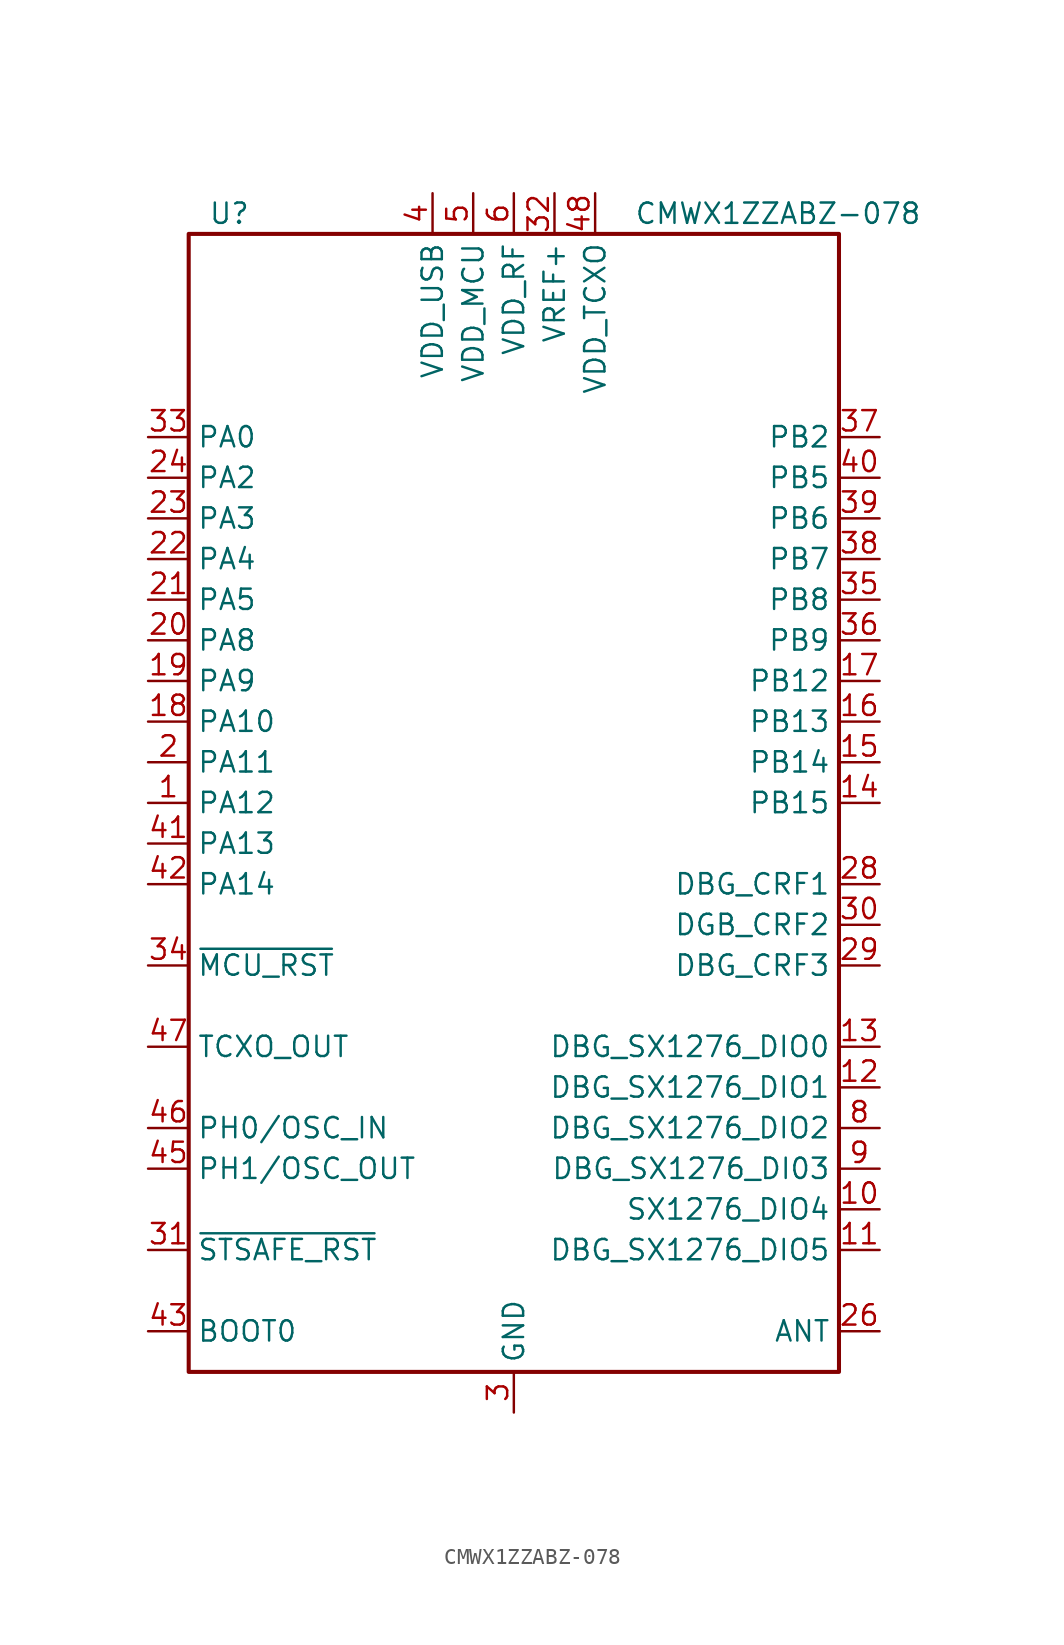
<source format=kicad_sym>
(kicad_symbol_lib
  (version 20211014)
  (generator kicad_symbol_editor)
  (symbol "CMWX1ZZABZ-078"
    (property "Reference" "U"
      (at -17.78 36.83 0)
      (effects (font (size 1.27 1.27))))
    (property "Value" "CMWX1ZZABZ-078"
      (at 16.51 36.83 0)
      (effects (font (size 1.27 1.27))))
    (symbol "CMWX1ZZABZ-078_0_1"
      (rectangle (start -20.32 35.56) (end 20.32 -35.56) (stroke (width 0.254) (type default) (color 0 0 0 0)) (fill (type none))))
    (symbol "CMWX1ZZABZ-078_1_1"
      (pin bidirectional line (at -22.86 0 0) (length 2.54) (name "PA12" (effects (font (size 1.27 1.27)))) (number "1" (effects (font (size 1.27 1.27)))))
      (pin bidirectional line (at 22.86 -25.4 180) (length 2.54) (name "SX1276_DIO4" (effects (font (size 1.27 1.27)))) (number "10" (effects (font (size 1.27 1.27)))))
      (pin bidirectional line (at 22.86 -27.94 180) (length 2.54) (name "DBG_SX1276_DIO5" (effects (font (size 1.27 1.27)))) (number "11" (effects (font (size 1.27 1.27)))))
      (pin bidirectional line (at 22.86 -17.78 180) (length 2.54) (name "DBG_SX1276_DIO1" (effects (font (size 1.27 1.27)))) (number "12" (effects (font (size 1.27 1.27)))))
      (pin bidirectional line (at 22.86 -15.24 180) (length 2.54) (name "DBG_SX1276_DIO0" (effects (font (size 1.27 1.27)))) (number "13" (effects (font (size 1.27 1.27)))))
      (pin bidirectional line (at 22.86 0 180) (length 2.54) (name "PB15" (effects (font (size 1.27 1.27)))) (number "14" (effects (font (size 1.27 1.27)))))
      (pin bidirectional line (at 22.86 2.54 180) (length 2.54) (name "PB14" (effects (font (size 1.27 1.27)))) (number "15" (effects (font (size 1.27 1.27)))))
      (pin bidirectional line (at 22.86 5.08 180) (length 2.54) (name "PB13" (effects (font (size 1.27 1.27)))) (number "16" (effects (font (size 1.27 1.27)))))
      (pin bidirectional line (at 22.86 7.62 180) (length 2.54) (name "PB12" (effects (font (size 1.27 1.27)))) (number "17" (effects (font (size 1.27 1.27)))))
      (pin bidirectional line (at -22.86 5.08 0) (length 2.54) (name "PA10" (effects (font (size 1.27 1.27)))) (number "18" (effects (font (size 1.27 1.27)))))
      (pin bidirectional line (at -22.86 7.62 0) (length 2.54) (name "PA9" (effects (font (size 1.27 1.27)))) (number "19" (effects (font (size 1.27 1.27)))))
      (pin bidirectional line (at -22.86 2.54 0) (length 2.54) (name "PA11" (effects (font (size 1.27 1.27)))) (number "2" (effects (font (size 1.27 1.27)))))
      (pin bidirectional line (at -22.86 10.16 0) (length 2.54) (name "PA8" (effects (font (size 1.27 1.27)))) (number "20" (effects (font (size 1.27 1.27)))))
      (pin bidirectional line (at -22.86 12.7 0) (length 2.54) (name "PA5" (effects (font (size 1.27 1.27)))) (number "21" (effects (font (size 1.27 1.27)))))
      (pin bidirectional line (at -22.86 15.24 0) (length 2.54) (name "PA4" (effects (font (size 1.27 1.27)))) (number "22" (effects (font (size 1.27 1.27)))))
      (pin bidirectional line (at -22.86 17.78 0) (length 2.54) (name "PA3" (effects (font (size 1.27 1.27)))) (number "23" (effects (font (size 1.27 1.27)))))
      (pin bidirectional line (at -22.86 20.32 0) (length 2.54) (name "PA2" (effects (font (size 1.27 1.27)))) (number "24" (effects (font (size 1.27 1.27)))))
      (pin passive line (at 0 -38.1 90) (length 2.54) hide (name "GND" (effects (font (size 1.27 1.27)))) (number "25" (effects (font (size 1.27 1.27)))))
      (pin passive line (at 22.86 -33.02 180) (length 2.54) (name "ANT" (effects (font (size 1.27 1.27)))) (number "26" (effects (font (size 1.27 1.27)))))
      (pin passive line (at 0 -38.1 90) (length 2.54) hide (name "GND" (effects (font (size 1.27 1.27)))) (number "27" (effects (font (size 1.27 1.27)))))
      (pin passive line (at 22.86 -5.08 180) (length 2.54) (name "DBG_CRF1" (effects (font (size 1.27 1.27)))) (number "28" (effects (font (size 1.27 1.27)))))
      (pin passive line (at 22.86 -10.16 180) (length 2.54) (name "DBG_CRF3" (effects (font (size 1.27 1.27)))) (number "29" (effects (font (size 1.27 1.27)))))
      (pin power_in line (at 0 -38.1 90) (length 2.54) (name "GND" (effects (font (size 1.27 1.27)))) (number "3" (effects (font (size 1.27 1.27)))))
      (pin passive line (at 22.86 -7.62 180) (length 2.54) (name "DGB_CRF2" (effects (font (size 1.27 1.27)))) (number "30" (effects (font (size 1.27 1.27)))))
      (pin passive line (at -22.86 -27.94 0) (length 2.54) (name "~{STSAFE_RST}" (effects (font (size 1.27 1.27)))) (number "31" (effects (font (size 1.27 1.27)))))
      (pin power_in line (at 2.54 38.1 270) (length 2.54) (name "VREF+" (effects (font (size 1.27 1.27)))) (number "32" (effects (font (size 1.27 1.27)))))
      (pin bidirectional line (at -22.86 22.86 0) (length 2.54) (name "PA0" (effects (font (size 1.27 1.27)))) (number "33" (effects (font (size 1.27 1.27)))))
      (pin input line (at -22.86 -10.16 0) (length 2.54) (name "~{MCU_RST}" (effects (font (size 1.27 1.27)))) (number "34" (effects (font (size 1.27 1.27)))))
      (pin bidirectional line (at 22.86 12.7 180) (length 2.54) (name "PB8" (effects (font (size 1.27 1.27)))) (number "35" (effects (font (size 1.27 1.27)))))
      (pin bidirectional line (at 22.86 10.16 180) (length 2.54) (name "PB9" (effects (font (size 1.27 1.27)))) (number "36" (effects (font (size 1.27 1.27)))))
      (pin bidirectional line (at 22.86 22.86 180) (length 2.54) (name "PB2" (effects (font (size 1.27 1.27)))) (number "37" (effects (font (size 1.27 1.27)))))
      (pin bidirectional line (at 22.86 15.24 180) (length 2.54) (name "PB7" (effects (font (size 1.27 1.27)))) (number "38" (effects (font (size 1.27 1.27)))))
      (pin bidirectional line (at 22.86 17.78 180) (length 2.54) (name "PB6" (effects (font (size 1.27 1.27)))) (number "39" (effects (font (size 1.27 1.27)))))
      (pin power_in line (at -5.08 38.1 270) (length 2.54) (name "VDD_USB" (effects (font (size 1.27 1.27)))) (number "4" (effects (font (size 1.27 1.27)))))
      (pin bidirectional line (at 22.86 20.32 180) (length 2.54) (name "PB5" (effects (font (size 1.27 1.27)))) (number "40" (effects (font (size 1.27 1.27)))))
      (pin bidirectional line (at -22.86 -2.54 0) (length 2.54) (name "PA13" (effects (font (size 1.27 1.27)))) (number "41" (effects (font (size 1.27 1.27)))))
      (pin bidirectional line (at -22.86 -5.08 0) (length 2.54) (name "PA14" (effects (font (size 1.27 1.27)))) (number "42" (effects (font (size 1.27 1.27)))))
      (pin input line (at -22.86 -33.02 0) (length 2.54) (name "BOOT0" (effects (font (size 1.27 1.27)))) (number "43" (effects (font (size 1.27 1.27)))))
      (pin passive line (at 0 -38.1 90) (length 2.54) hide (name "GND" (effects (font (size 1.27 1.27)))) (number "44" (effects (font (size 1.27 1.27)))))
      (pin bidirectional line (at -22.86 -22.86 0) (length 2.54) (name "PH1/OSC_OUT" (effects (font (size 1.27 1.27)))) (number "45" (effects (font (size 1.27 1.27)))))
      (pin bidirectional line (at -22.86 -20.32 0) (length 2.54) (name "PH0/OSC_IN" (effects (font (size 1.27 1.27)))) (number "46" (effects (font (size 1.27 1.27)))))
      (pin output line (at -22.86 -15.24 0) (length 2.54) (name "TCXO_OUT" (effects (font (size 1.27 1.27)))) (number "47" (effects (font (size 1.27 1.27)))))
      (pin power_in line (at 5.08 38.1 270) (length 2.54) (name "VDD_TCXO" (effects (font (size 1.27 1.27)))) (number "48" (effects (font (size 1.27 1.27)))))
      (pin passive line (at 0 -38.1 90) (length 2.54) hide (name "GND" (effects (font (size 1.27 1.27)))) (number "49" (effects (font (size 1.27 1.27)))))
      (pin power_in line (at -2.54 38.1 270) (length 2.54) (name "VDD_MCU" (effects (font (size 1.27 1.27)))) (number "5" (effects (font (size 1.27 1.27)))))
      (pin passive line (at 0 -38.1 90) (length 2.54) hide (name "GND" (effects (font (size 1.27 1.27)))) (number "50" (effects (font (size 1.27 1.27)))))
      (pin passive line (at 0 -38.1 90) (length 2.54) hide (name "GND" (effects (font (size 1.27 1.27)))) (number "51" (effects (font (size 1.27 1.27)))))
      (pin passive line (at 0 -38.1 90) (length 2.54) hide (name "GND" (effects (font (size 1.27 1.27)))) (number "52" (effects (font (size 1.27 1.27)))))
      (pin passive line (at 0 -38.1 90) (length 2.54) hide (name "GND" (effects (font (size 1.27 1.27)))) (number "53" (effects (font (size 1.27 1.27)))))
      (pin passive line (at 0 -38.1 90) (length 2.54) hide (name "GND" (effects (font (size 1.27 1.27)))) (number "54" (effects (font (size 1.27 1.27)))))
      (pin passive line (at 0 -38.1 90) (length 2.54) hide (name "GND" (effects (font (size 1.27 1.27)))) (number "55" (effects (font (size 1.27 1.27)))))
      (pin passive line (at 0 -38.1 90) (length 2.54) hide (name "GND" (effects (font (size 1.27 1.27)))) (number "56" (effects (font (size 1.27 1.27)))))
      (pin passive line (at 0 -38.1 90) (length 2.54) hide (name "GND" (effects (font (size 1.27 1.27)))) (number "57" (effects (font (size 1.27 1.27)))))
      (pin power_in line (at 0 38.1 270) (length 2.54) (name "VDD_RF" (effects (font (size 1.27 1.27)))) (number "6" (effects (font (size 1.27 1.27)))))
      (pin passive line (at 0 -38.1 90) (length 2.54) hide (name "GND" (effects (font (size 1.27 1.27)))) (number "7" (effects (font (size 1.27 1.27)))))
      (pin bidirectional line (at 22.86 -20.32 180) (length 2.54) (name "DBG_SX1276_DIO2" (effects (font (size 1.27 1.27)))) (number "8" (effects (font (size 1.27 1.27)))))
      (pin bidirectional line (at 22.86 -22.86 180) (length 2.54) (name "DBG_SX1276_DI03" (effects (font (size 1.27 1.27)))) (number "9" (effects (font (size 1.27 1.27))))))))
</source>
